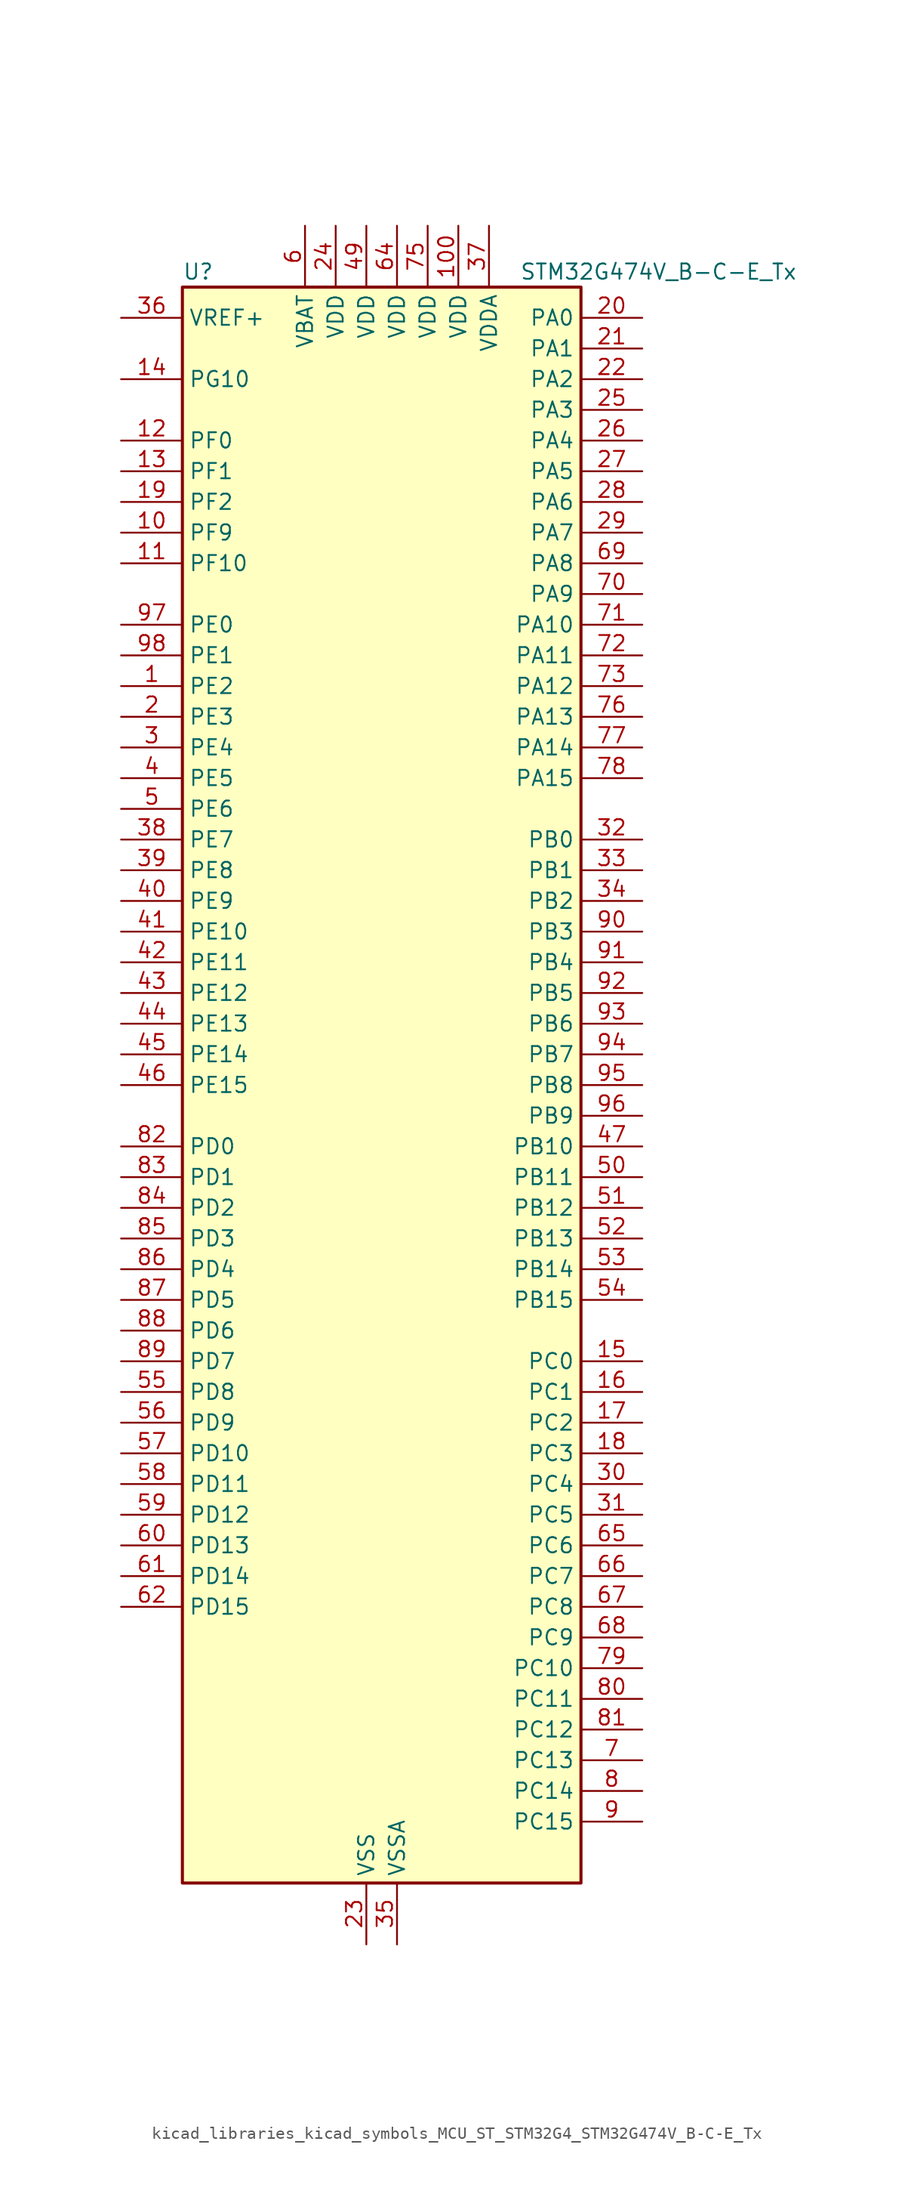
<source format=kicad_sym>
(kicad_symbol_lib
  (version 20220914)
  (generator kicad_symbol_editor)
  (symbol "kicad_libraries_kicad_symbols_MCU_ST_STM32G4_STM32G474V_B-C-E_Tx"
    (property "Reference" "U"
      (at -15.24 67.31 0)
      (effects (font (size 1.27 1.27)) (justify left)))
    (property "Value" "STM32G474V_B-C-E_Tx"
      (at 12.7 67.31 0)
      (effects (font (size 1.27 1.27)) (justify left)))
    (property "ki_locked" ""
      (at 0 0 0)
      (effects (font (size 1.27 1.27))))
    (symbol "kicad_libraries_kicad_symbols_MCU_ST_STM32G4_STM32G474V_B-C-E_Tx_0_1"
      (rectangle (start -15.24 -66.04) (end 17.78 66.04) (stroke (width 0.254) (type default)) (fill (type background))))
    (symbol "kicad_libraries_kicad_symbols_MCU_ST_STM32G4_STM32G474V_B-C-E_Tx_1_1"
      (pin bidirectional line (at -20.32 33.02 0) (length 5.08) (name "PE2" (effects (font (size 1.27 1.27)))) (number "1" (effects (font (size 1.27 1.27)))) (alternate "ADC3_EXTI2" bidirectional line) (alternate "ADC4_EXTI2" bidirectional line) (alternate "ADC5_EXTI2" bidirectional line) (alternate "FMC_A23" bidirectional line) (alternate "SAI1_CK1" bidirectional line) (alternate "SAI1_MCLK_A" bidirectional line) (alternate "SPI4_SCK" bidirectional line) (alternate "SYS_TRACECLK" bidirectional line) (alternate "TIM20_CH1" bidirectional line) (alternate "TIM3_CH1" bidirectional line))
      (pin bidirectional line (at -20.32 45.72 0) (length 5.08) (name "PF9" (effects (font (size 1.27 1.27)))) (number "10" (effects (font (size 1.27 1.27)))) (alternate "DAC1_EXTI9" bidirectional line) (alternate "DAC2_EXTI9" bidirectional line) (alternate "DAC3_EXTI9" bidirectional line) (alternate "DAC4_EXTI9" bidirectional line) (alternate "FMC_A25" bidirectional line) (alternate "QUADSPI1_BK1_IO1" bidirectional line) (alternate "SAI1_FS_B" bidirectional line) (alternate "SPI2_SCK" bidirectional line) (alternate "TIM15_CH1" bidirectional line) (alternate "TIM20_BKIN" bidirectional line) (alternate "TIM5_CH4" bidirectional line))
      (pin power_in line (at 7.62 71.12 270) (length 5.08) (name "VDD" (effects (font (size 1.27 1.27)))) (number "100" (effects (font (size 1.27 1.27)))))
      (pin bidirectional line (at -20.32 43.18 0) (length 5.08) (name "PF10" (effects (font (size 1.27 1.27)))) (number "11" (effects (font (size 1.27 1.27)))) (alternate "DAC1_EXTI10" bidirectional line) (alternate "DAC2_EXTI10" bidirectional line) (alternate "DAC3_EXTI10" bidirectional line) (alternate "DAC4_EXTI10" bidirectional line) (alternate "FMC_A0" bidirectional line) (alternate "QUADSPI1_CLK" bidirectional line) (alternate "SAI1_D3" bidirectional line) (alternate "SPI2_SCK" bidirectional line) (alternate "TIM15_CH2" bidirectional line) (alternate "TIM20_BKIN2" bidirectional line))
      (pin bidirectional line (at -20.32 53.34 0) (length 5.08) (name "PF0" (effects (font (size 1.27 1.27)))) (number "12" (effects (font (size 1.27 1.27)))) (alternate "ADC1_IN10" bidirectional line) (alternate "I2C2_SDA" bidirectional line) (alternate "I2S2_WS" bidirectional line) (alternate "RCC_OSC_IN" bidirectional line) (alternate "SPI2_NSS" bidirectional line) (alternate "TIM1_CH3N" bidirectional line))
      (pin bidirectional line (at -20.32 50.8 0) (length 5.08) (name "PF1" (effects (font (size 1.27 1.27)))) (number "13" (effects (font (size 1.27 1.27)))) (alternate "ADC2_IN10" bidirectional line) (alternate "COMP3_INM" bidirectional line) (alternate "I2S2_CK" bidirectional line) (alternate "RCC_OSC_OUT" bidirectional line) (alternate "SPI2_SCK" bidirectional line))
      (pin bidirectional line (at -20.32 58.42 0) (length 5.08) (name "PG10" (effects (font (size 1.27 1.27)))) (number "14" (effects (font (size 1.27 1.27)))) (alternate "DAC1_EXTI10" bidirectional line) (alternate "DAC2_EXTI10" bidirectional line) (alternate "DAC3_EXTI10" bidirectional line) (alternate "DAC4_EXTI10" bidirectional line) (alternate "RCC_MCO" bidirectional line))
      (pin bidirectional line (at 22.86 -22.86 180) (length 5.08) (name "PC0" (effects (font (size 1.27 1.27)))) (number "15" (effects (font (size 1.27 1.27)))) (alternate "ADC1_IN6" bidirectional line) (alternate "ADC2_IN6" bidirectional line) (alternate "COMP3_INM" bidirectional line) (alternate "LPTIM1_IN1" bidirectional line) (alternate "LPUART1_RX" bidirectional line) (alternate "TIM1_CH1" bidirectional line))
      (pin bidirectional line (at 22.86 -25.4 180) (length 5.08) (name "PC1" (effects (font (size 1.27 1.27)))) (number "16" (effects (font (size 1.27 1.27)))) (alternate "ADC1_IN7" bidirectional line) (alternate "ADC2_IN7" bidirectional line) (alternate "COMP3_INP" bidirectional line) (alternate "LPTIM1_OUT" bidirectional line) (alternate "LPUART1_TX" bidirectional line) (alternate "QUADSPI1_BK2_IO0" bidirectional line) (alternate "SAI1_SD_A" bidirectional line) (alternate "TIM1_CH2" bidirectional line))
      (pin bidirectional line (at 22.86 -27.94 180) (length 5.08) (name "PC2" (effects (font (size 1.27 1.27)))) (number "17" (effects (font (size 1.27 1.27)))) (alternate "ADC1_IN8" bidirectional line) (alternate "ADC2_IN8" bidirectional line) (alternate "ADC3_EXTI2" bidirectional line) (alternate "ADC4_EXTI2" bidirectional line) (alternate "ADC5_EXTI2" bidirectional line) (alternate "COMP3_OUT" bidirectional line) (alternate "LPTIM1_IN2" bidirectional line) (alternate "QUADSPI1_BK2_IO1" bidirectional line) (alternate "TIM1_CH3" bidirectional line) (alternate "TIM20_CH2" bidirectional line))
      (pin bidirectional line (at 22.86 -30.48 180) (length 5.08) (name "PC3" (effects (font (size 1.27 1.27)))) (number "18" (effects (font (size 1.27 1.27)))) (alternate "ADC1_IN9" bidirectional line) (alternate "ADC2_IN9" bidirectional line) (alternate "ADC3_EXTI3" bidirectional line) (alternate "ADC4_EXTI3" bidirectional line) (alternate "ADC5_EXTI3" bidirectional line) (alternate "LPTIM1_ETR" bidirectional line) (alternate "OPAMP5_VINP" bidirectional line) (alternate "OPAMP5_VINP_SEC" bidirectional line) (alternate "QUADSPI1_BK2_IO2" bidirectional line) (alternate "SAI1_D1" bidirectional line) (alternate "SAI1_SD_A" bidirectional line) (alternate "TIM1_BKIN2" bidirectional line) (alternate "TIM1_CH4" bidirectional line))
      (pin bidirectional line (at -20.32 48.26 0) (length 5.08) (name "PF2" (effects (font (size 1.27 1.27)))) (number "19" (effects (font (size 1.27 1.27)))) (alternate "ADC3_EXTI2" bidirectional line) (alternate "ADC4_EXTI2" bidirectional line) (alternate "ADC5_EXTI2" bidirectional line) (alternate "FMC_A2" bidirectional line) (alternate "I2C2_SMBA" bidirectional line) (alternate "TIM20_CH3" bidirectional line))
      (pin bidirectional line (at -20.32 30.48 0) (length 5.08) (name "PE3" (effects (font (size 1.27 1.27)))) (number "2" (effects (font (size 1.27 1.27)))) (alternate "ADC3_EXTI3" bidirectional line) (alternate "ADC4_EXTI3" bidirectional line) (alternate "ADC5_EXTI3" bidirectional line) (alternate "FMC_A19" bidirectional line) (alternate "SAI1_SD_B" bidirectional line) (alternate "SPI4_NSS" bidirectional line) (alternate "SYS_TRACED0" bidirectional line) (alternate "TIM20_CH2" bidirectional line) (alternate "TIM3_CH2" bidirectional line))
      (pin bidirectional line (at 22.86 63.5 180) (length 5.08) (name "PA0" (effects (font (size 1.27 1.27)))) (number "20" (effects (font (size 1.27 1.27)))) (alternate "ADC1_IN1" bidirectional line) (alternate "ADC2_IN1" bidirectional line) (alternate "COMP1_INM" bidirectional line) (alternate "COMP1_OUT" bidirectional line) (alternate "COMP3_INP" bidirectional line) (alternate "RTC_TAMP2" bidirectional line) (alternate "SYS_WKUP1" bidirectional line) (alternate "TIM2_CH1" bidirectional line) (alternate "TIM2_ETR" bidirectional line) (alternate "TIM5_CH1" bidirectional line) (alternate "TIM8_BKIN" bidirectional line) (alternate "TIM8_ETR" bidirectional line) (alternate "USART2_CTS" bidirectional line) (alternate "USART2_NSS" bidirectional line))
      (pin bidirectional line (at 22.86 60.96 180) (length 5.08) (name "PA1" (effects (font (size 1.27 1.27)))) (number "21" (effects (font (size 1.27 1.27)))) (alternate "ADC1_IN2" bidirectional line) (alternate "ADC2_IN2" bidirectional line) (alternate "COMP1_INP" bidirectional line) (alternate "OPAMP1_VINP" bidirectional line) (alternate "OPAMP1_VINP_SEC" bidirectional line) (alternate "OPAMP3_VINP" bidirectional line) (alternate "OPAMP3_VINP_SEC" bidirectional line) (alternate "OPAMP6_VINM" bidirectional line) (alternate "OPAMP6_VINM0" bidirectional line) (alternate "OPAMP6_VINM_SEC" bidirectional line) (alternate "RTC_REFIN" bidirectional line) (alternate "TIM15_CH1N" bidirectional line) (alternate "TIM2_CH2" bidirectional line) (alternate "TIM5_CH2" bidirectional line) (alternate "USART2_DE" bidirectional line) (alternate "USART2_RTS" bidirectional line))
      (pin bidirectional line (at 22.86 58.42 180) (length 5.08) (name "PA2" (effects (font (size 1.27 1.27)))) (number "22" (effects (font (size 1.27 1.27)))) (alternate "ADC1_IN3" bidirectional line) (alternate "ADC3_EXTI2" bidirectional line) (alternate "ADC4_EXTI2" bidirectional line) (alternate "ADC5_EXTI2" bidirectional line) (alternate "COMP2_INM" bidirectional line) (alternate "COMP2_OUT" bidirectional line) (alternate "LPUART1_TX" bidirectional line) (alternate "OPAMP1_VOUT" bidirectional line) (alternate "QUADSPI1_BK1_NCS" bidirectional line) (alternate "RCC_LSCO" bidirectional line) (alternate "SYS_WKUP4" bidirectional line) (alternate "TIM15_CH1" bidirectional line) (alternate "TIM2_CH3" bidirectional line) (alternate "TIM5_CH3" bidirectional line) (alternate "UCPD1_FRSTX1" bidirectional line) (alternate "UCPD1_FRSTX2" bidirectional line) (alternate "USART2_TX" bidirectional line))
      (pin power_in line (at 0 -71.12 90) (length 5.08) (name "VSS" (effects (font (size 1.27 1.27)))) (number "23" (effects (font (size 1.27 1.27)))))
      (pin power_in line (at -2.54 71.12 270) (length 5.08) (name "VDD" (effects (font (size 1.27 1.27)))) (number "24" (effects (font (size 1.27 1.27)))))
      (pin bidirectional line (at 22.86 55.88 180) (length 5.08) (name "PA3" (effects (font (size 1.27 1.27)))) (number "25" (effects (font (size 1.27 1.27)))) (alternate "ADC1_IN4" bidirectional line) (alternate "ADC3_EXTI3" bidirectional line) (alternate "ADC4_EXTI3" bidirectional line) (alternate "ADC5_EXTI3" bidirectional line) (alternate "COMP2_INP" bidirectional line) (alternate "LPUART1_RX" bidirectional line) (alternate "OPAMP1_VINM" bidirectional line) (alternate "OPAMP1_VINM0" bidirectional line) (alternate "OPAMP1_VINM_SEC" bidirectional line) (alternate "OPAMP1_VINP" bidirectional line) (alternate "OPAMP1_VINP_SEC" bidirectional line) (alternate "OPAMP5_VINM" bidirectional line) (alternate "OPAMP5_VINM1" bidirectional line) (alternate "OPAMP5_VINM_SEC" bidirectional line) (alternate "QUADSPI1_CLK" bidirectional line) (alternate "SAI1_CK1" bidirectional line) (alternate "SAI1_MCLK_A" bidirectional line) (alternate "TIM15_CH2" bidirectional line) (alternate "TIM2_CH4" bidirectional line) (alternate "TIM5_CH4" bidirectional line) (alternate "USART2_RX" bidirectional line))
      (pin bidirectional line (at 22.86 53.34 180) (length 5.08) (name "PA4" (effects (font (size 1.27 1.27)))) (number "26" (effects (font (size 1.27 1.27)))) (alternate "ADC2_IN17" bidirectional line) (alternate "COMP1_INM" bidirectional line) (alternate "DAC1_OUT1" bidirectional line) (alternate "I2S3_WS" bidirectional line) (alternate "SAI1_FS_B" bidirectional line) (alternate "SPI1_NSS" bidirectional line) (alternate "SPI3_NSS" bidirectional line) (alternate "TIM3_CH2" bidirectional line) (alternate "USART2_CK" bidirectional line))
      (pin bidirectional line (at 22.86 50.8 180) (length 5.08) (name "PA5" (effects (font (size 1.27 1.27)))) (number "27" (effects (font (size 1.27 1.27)))) (alternate "ADC2_IN13" bidirectional line) (alternate "COMP2_INM" bidirectional line) (alternate "DAC1_OUT2" bidirectional line) (alternate "OPAMP2_VINM" bidirectional line) (alternate "OPAMP2_VINM0" bidirectional line) (alternate "OPAMP2_VINM_SEC" bidirectional line) (alternate "SPI1_SCK" bidirectional line) (alternate "TIM2_CH1" bidirectional line) (alternate "TIM2_ETR" bidirectional line) (alternate "UCPD1_FRSTX1" bidirectional line) (alternate "UCPD1_FRSTX2" bidirectional line))
      (pin bidirectional line (at 22.86 48.26 180) (length 5.08) (name "PA6" (effects (font (size 1.27 1.27)))) (number "28" (effects (font (size 1.27 1.27)))) (alternate "ADC2_IN3" bidirectional line) (alternate "COMP1_OUT" bidirectional line) (alternate "DAC2_OUT1" bidirectional line) (alternate "LPUART1_CTS" bidirectional line) (alternate "OPAMP2_VOUT" bidirectional line) (alternate "QUADSPI1_BK1_IO3" bidirectional line) (alternate "SPI1_MISO" bidirectional line) (alternate "TIM16_CH1" bidirectional line) (alternate "TIM1_BKIN" bidirectional line) (alternate "TIM3_CH1" bidirectional line) (alternate "TIM8_BKIN" bidirectional line))
      (pin bidirectional line (at 22.86 45.72 180) (length 5.08) (name "PA7" (effects (font (size 1.27 1.27)))) (number "29" (effects (font (size 1.27 1.27)))) (alternate "ADC2_IN4" bidirectional line) (alternate "COMP2_INP" bidirectional line) (alternate "COMP2_OUT" bidirectional line) (alternate "OPAMP1_VINP" bidirectional line) (alternate "OPAMP1_VINP_SEC" bidirectional line) (alternate "OPAMP2_VINP" bidirectional line) (alternate "OPAMP2_VINP_SEC" bidirectional line) (alternate "QUADSPI1_BK1_IO2" bidirectional line) (alternate "SPI1_MOSI" bidirectional line) (alternate "TIM17_CH1" bidirectional line) (alternate "TIM1_CH1N" bidirectional line) (alternate "TIM3_CH2" bidirectional line) (alternate "TIM8_CH1N" bidirectional line) (alternate "UCPD1_FRSTX1" bidirectional line) (alternate "UCPD1_FRSTX2" bidirectional line))
      (pin bidirectional line (at -20.32 27.94 0) (length 5.08) (name "PE4" (effects (font (size 1.27 1.27)))) (number "3" (effects (font (size 1.27 1.27)))) (alternate "FMC_A20" bidirectional line) (alternate "SAI1_D2" bidirectional line) (alternate "SAI1_FS_A" bidirectional line) (alternate "SPI4_NSS" bidirectional line) (alternate "SYS_TRACED1" bidirectional line) (alternate "TIM20_CH1N" bidirectional line) (alternate "TIM3_CH3" bidirectional line))
      (pin bidirectional line (at 22.86 -33.02 180) (length 5.08) (name "PC4" (effects (font (size 1.27 1.27)))) (number "30" (effects (font (size 1.27 1.27)))) (alternate "ADC2_IN5" bidirectional line) (alternate "I2C2_SCL" bidirectional line) (alternate "QUADSPI1_BK2_IO3" bidirectional line) (alternate "TIM1_ETR" bidirectional line) (alternate "USART1_TX" bidirectional line))
      (pin bidirectional line (at 22.86 -35.56 180) (length 5.08) (name "PC5" (effects (font (size 1.27 1.27)))) (number "31" (effects (font (size 1.27 1.27)))) (alternate "ADC2_IN11" bidirectional line) (alternate "HRTIM1_EEV10" bidirectional line) (alternate "OPAMP1_VINM" bidirectional line) (alternate "OPAMP1_VINM1" bidirectional line) (alternate "OPAMP1_VINM_SEC" bidirectional line) (alternate "OPAMP2_VINM" bidirectional line) (alternate "OPAMP2_VINM1" bidirectional line) (alternate "OPAMP2_VINM_SEC" bidirectional line) (alternate "SAI1_D3" bidirectional line) (alternate "SYS_WKUP5" bidirectional line) (alternate "TIM15_BKIN" bidirectional line) (alternate "TIM1_CH4N" bidirectional line) (alternate "USART1_RX" bidirectional line))
      (pin bidirectional line (at 22.86 20.32 180) (length 5.08) (name "PB0" (effects (font (size 1.27 1.27)))) (number "32" (effects (font (size 1.27 1.27)))) (alternate "ADC1_IN15" bidirectional line) (alternate "ADC3_IN12" bidirectional line) (alternate "COMP4_INP" bidirectional line) (alternate "HRTIM1_FLT5" bidirectional line) (alternate "OPAMP2_VINP" bidirectional line) (alternate "OPAMP2_VINP_SEC" bidirectional line) (alternate "OPAMP3_VINP" bidirectional line) (alternate "OPAMP3_VINP_SEC" bidirectional line) (alternate "QUADSPI1_BK1_IO1" bidirectional line) (alternate "TIM1_CH2N" bidirectional line) (alternate "TIM3_CH3" bidirectional line) (alternate "TIM8_CH2N" bidirectional line) (alternate "UCPD1_FRSTX1" bidirectional line) (alternate "UCPD1_FRSTX2" bidirectional line))
      (pin bidirectional line (at 22.86 17.78 180) (length 5.08) (name "PB1" (effects (font (size 1.27 1.27)))) (number "33" (effects (font (size 1.27 1.27)))) (alternate "ADC1_IN12" bidirectional line) (alternate "ADC3_IN1" bidirectional line) (alternate "COMP1_INP" bidirectional line) (alternate "COMP4_OUT" bidirectional line) (alternate "HRTIM1_SCOUT" bidirectional line) (alternate "LPUART1_DE" bidirectional line) (alternate "LPUART1_RTS" bidirectional line) (alternate "OPAMP3_VOUT" bidirectional line) (alternate "OPAMP6_VINM" bidirectional line) (alternate "OPAMP6_VINM1" bidirectional line) (alternate "OPAMP6_VINM_SEC" bidirectional line) (alternate "QUADSPI1_BK1_IO0" bidirectional line) (alternate "TIM1_CH3N" bidirectional line) (alternate "TIM3_CH4" bidirectional line) (alternate "TIM8_CH3N" bidirectional line))
      (pin bidirectional line (at 22.86 15.24 180) (length 5.08) (name "PB2" (effects (font (size 1.27 1.27)))) (number "34" (effects (font (size 1.27 1.27)))) (alternate "ADC2_IN12" bidirectional line) (alternate "ADC3_EXTI2" bidirectional line) (alternate "ADC4_EXTI2" bidirectional line) (alternate "ADC5_EXTI2" bidirectional line) (alternate "COMP4_INM" bidirectional line) (alternate "HRTIM1_SCIN" bidirectional line) (alternate "I2C3_SMBA" bidirectional line) (alternate "LPTIM1_OUT" bidirectional line) (alternate "OPAMP3_VINM" bidirectional line) (alternate "OPAMP3_VINM0" bidirectional line) (alternate "OPAMP3_VINM_SEC" bidirectional line) (alternate "QUADSPI1_BK2_IO1" bidirectional line) (alternate "RTC_OUT2" bidirectional line) (alternate "TIM20_CH1" bidirectional line) (alternate "TIM5_CH1" bidirectional line))
      (pin power_in line (at 2.54 -71.12 90) (length 5.08) (name "VSSA" (effects (font (size 1.27 1.27)))) (number "35" (effects (font (size 1.27 1.27)))))
      (pin input line (at -20.32 63.5 0) (length 5.08) (name "VREF+" (effects (font (size 1.27 1.27)))) (number "36" (effects (font (size 1.27 1.27)))) (alternate "VREFBUF_OUT" bidirectional line))
      (pin power_in line (at 10.16 71.12 270) (length 5.08) (name "VDDA" (effects (font (size 1.27 1.27)))) (number "37" (effects (font (size 1.27 1.27)))))
      (pin bidirectional line (at -20.32 20.32 0) (length 5.08) (name "PE7" (effects (font (size 1.27 1.27)))) (number "38" (effects (font (size 1.27 1.27)))) (alternate "ADC3_IN4" bidirectional line) (alternate "COMP4_INP" bidirectional line) (alternate "FMC_D4" bidirectional line) (alternate "FMC_DA4" bidirectional line) (alternate "SAI1_SD_B" bidirectional line) (alternate "TIM1_ETR" bidirectional line))
      (pin bidirectional line (at -20.32 17.78 0) (length 5.08) (name "PE8" (effects (font (size 1.27 1.27)))) (number "39" (effects (font (size 1.27 1.27)))) (alternate "ADC3_IN6" bidirectional line) (alternate "ADC4_IN6" bidirectional line) (alternate "ADC5_IN6" bidirectional line) (alternate "COMP4_INM" bidirectional line) (alternate "FMC_D5" bidirectional line) (alternate "FMC_DA5" bidirectional line) (alternate "SAI1_SCK_B" bidirectional line) (alternate "TIM1_CH1N" bidirectional line) (alternate "TIM5_CH3" bidirectional line))
      (pin bidirectional line (at -20.32 25.4 0) (length 5.08) (name "PE5" (effects (font (size 1.27 1.27)))) (number "4" (effects (font (size 1.27 1.27)))) (alternate "FMC_A21" bidirectional line) (alternate "SAI1_CK2" bidirectional line) (alternate "SAI1_SCK_A" bidirectional line) (alternate "SPI4_MISO" bidirectional line) (alternate "SYS_TRACED2" bidirectional line) (alternate "TIM20_CH2N" bidirectional line) (alternate "TIM3_CH4" bidirectional line))
      (pin bidirectional line (at -20.32 15.24 0) (length 5.08) (name "PE9" (effects (font (size 1.27 1.27)))) (number "40" (effects (font (size 1.27 1.27)))) (alternate "ADC3_IN2" bidirectional line) (alternate "DAC1_EXTI9" bidirectional line) (alternate "DAC2_EXTI9" bidirectional line) (alternate "DAC3_EXTI9" bidirectional line) (alternate "DAC4_EXTI9" bidirectional line) (alternate "FMC_D6" bidirectional line) (alternate "FMC_DA6" bidirectional line) (alternate "SAI1_FS_B" bidirectional line) (alternate "TIM1_CH1" bidirectional line) (alternate "TIM5_CH4" bidirectional line))
      (pin bidirectional line (at -20.32 12.7 0) (length 5.08) (name "PE10" (effects (font (size 1.27 1.27)))) (number "41" (effects (font (size 1.27 1.27)))) (alternate "ADC3_IN14" bidirectional line) (alternate "ADC4_IN14" bidirectional line) (alternate "ADC5_IN14" bidirectional line) (alternate "DAC1_EXTI10" bidirectional line) (alternate "DAC2_EXTI10" bidirectional line) (alternate "DAC3_EXTI10" bidirectional line) (alternate "DAC4_EXTI10" bidirectional line) (alternate "FMC_D7" bidirectional line) (alternate "FMC_DA7" bidirectional line) (alternate "QUADSPI1_CLK" bidirectional line) (alternate "SAI1_MCLK_B" bidirectional line) (alternate "TIM1_CH2N" bidirectional line))
      (pin bidirectional line (at -20.32 10.16 0) (length 5.08) (name "PE11" (effects (font (size 1.27 1.27)))) (number "42" (effects (font (size 1.27 1.27)))) (alternate "ADC1_EXTI11" bidirectional line) (alternate "ADC2_EXTI11" bidirectional line) (alternate "ADC3_IN15" bidirectional line) (alternate "ADC4_IN15" bidirectional line) (alternate "ADC5_IN15" bidirectional line) (alternate "FMC_D8" bidirectional line) (alternate "FMC_DA8" bidirectional line) (alternate "QUADSPI1_BK1_NCS" bidirectional line) (alternate "SPI4_NSS" bidirectional line) (alternate "TIM1_CH2" bidirectional line))
      (pin bidirectional line (at -20.32 7.62 0) (length 5.08) (name "PE12" (effects (font (size 1.27 1.27)))) (number "43" (effects (font (size 1.27 1.27)))) (alternate "ADC3_IN16" bidirectional line) (alternate "ADC4_IN16" bidirectional line) (alternate "ADC5_IN16" bidirectional line) (alternate "FMC_D9" bidirectional line) (alternate "FMC_DA9" bidirectional line) (alternate "QUADSPI1_BK1_IO0" bidirectional line) (alternate "SPI4_SCK" bidirectional line) (alternate "TIM1_CH3N" bidirectional line))
      (pin bidirectional line (at -20.32 5.08 0) (length 5.08) (name "PE13" (effects (font (size 1.27 1.27)))) (number "44" (effects (font (size 1.27 1.27)))) (alternate "ADC3_IN3" bidirectional line) (alternate "FMC_D10" bidirectional line) (alternate "FMC_DA10" bidirectional line) (alternate "QUADSPI1_BK1_IO1" bidirectional line) (alternate "SPI4_MISO" bidirectional line) (alternate "TIM1_CH3" bidirectional line))
      (pin bidirectional line (at -20.32 2.54 0) (length 5.08) (name "PE14" (effects (font (size 1.27 1.27)))) (number "45" (effects (font (size 1.27 1.27)))) (alternate "ADC4_IN1" bidirectional line) (alternate "FMC_D11" bidirectional line) (alternate "FMC_DA11" bidirectional line) (alternate "QUADSPI1_BK1_IO2" bidirectional line) (alternate "SPI4_MOSI" bidirectional line) (alternate "TIM1_BKIN2" bidirectional line) (alternate "TIM1_CH4" bidirectional line))
      (pin bidirectional line (at -20.32 0 0) (length 5.08) (name "PE15" (effects (font (size 1.27 1.27)))) (number "46" (effects (font (size 1.27 1.27)))) (alternate "ADC1_EXTI15" bidirectional line) (alternate "ADC2_EXTI15" bidirectional line) (alternate "ADC4_IN2" bidirectional line) (alternate "FMC_D12" bidirectional line) (alternate "FMC_DA12" bidirectional line) (alternate "QUADSPI1_BK1_IO3" bidirectional line) (alternate "TIM1_BKIN" bidirectional line) (alternate "TIM1_CH4N" bidirectional line) (alternate "USART3_RX" bidirectional line))
      (pin bidirectional line (at 22.86 -5.08 180) (length 5.08) (name "PB10" (effects (font (size 1.27 1.27)))) (number "47" (effects (font (size 1.27 1.27)))) (alternate "COMP5_INM" bidirectional line) (alternate "DAC1_EXTI10" bidirectional line) (alternate "DAC2_EXTI10" bidirectional line) (alternate "DAC3_EXTI10" bidirectional line) (alternate "DAC4_EXTI10" bidirectional line) (alternate "HRTIM1_FLT3" bidirectional line) (alternate "LPUART1_RX" bidirectional line) (alternate "OPAMP3_VINM" bidirectional line) (alternate "OPAMP3_VINM1" bidirectional line) (alternate "OPAMP3_VINM_SEC" bidirectional line) (alternate "OPAMP4_VINM" bidirectional line) (alternate "OPAMP4_VINM0" bidirectional line) (alternate "OPAMP4_VINM_SEC" bidirectional line) (alternate "QUADSPI1_CLK" bidirectional line) (alternate "SAI1_SCK_A" bidirectional line) (alternate "TIM1_BKIN" bidirectional line) (alternate "TIM2_CH3" bidirectional line) (alternate "USART3_TX" bidirectional line))
      (pin passive line (at 0 -71.12 90) (length 5.08) hide (name "VSS" (effects (font (size 1.27 1.27)))) (number "48" (effects (font (size 1.27 1.27)))))
      (pin power_in line (at 0 71.12 270) (length 5.08) (name "VDD" (effects (font (size 1.27 1.27)))) (number "49" (effects (font (size 1.27 1.27)))))
      (pin bidirectional line (at -20.32 22.86 0) (length 5.08) (name "PE6" (effects (font (size 1.27 1.27)))) (number "5" (effects (font (size 1.27 1.27)))) (alternate "FMC_A22" bidirectional line) (alternate "RTC_TAMP3" bidirectional line) (alternate "SAI1_D1" bidirectional line) (alternate "SAI1_SD_A" bidirectional line) (alternate "SPI4_MOSI" bidirectional line) (alternate "SYS_TRACED3" bidirectional line) (alternate "SYS_WKUP3" bidirectional line) (alternate "TIM20_CH3N" bidirectional line))
      (pin bidirectional line (at 22.86 -7.62 180) (length 5.08) (name "PB11" (effects (font (size 1.27 1.27)))) (number "50" (effects (font (size 1.27 1.27)))) (alternate "ADC1_EXTI11" bidirectional line) (alternate "ADC1_IN14" bidirectional line) (alternate "ADC2_EXTI11" bidirectional line) (alternate "ADC2_IN14" bidirectional line) (alternate "COMP6_INP" bidirectional line) (alternate "HRTIM1_FLT4" bidirectional line) (alternate "LPUART1_TX" bidirectional line) (alternate "OPAMP4_VINP" bidirectional line) (alternate "OPAMP4_VINP_SEC" bidirectional line) (alternate "OPAMP6_VOUT" bidirectional line) (alternate "QUADSPI1_BK1_NCS" bidirectional line) (alternate "TIM2_CH4" bidirectional line) (alternate "USART3_RX" bidirectional line))
      (pin bidirectional line (at 22.86 -10.16 180) (length 5.08) (name "PB12" (effects (font (size 1.27 1.27)))) (number "51" (effects (font (size 1.27 1.27)))) (alternate "ADC1_IN11" bidirectional line) (alternate "ADC4_IN3" bidirectional line) (alternate "COMP7_INM" bidirectional line) (alternate "FDCAN2_RX" bidirectional line) (alternate "HRTIM1_CHC1" bidirectional line) (alternate "I2C2_SMBA" bidirectional line) (alternate "I2S2_WS" bidirectional line) (alternate "LPUART1_DE" bidirectional line) (alternate "LPUART1_RTS" bidirectional line) (alternate "OPAMP4_VOUT" bidirectional line) (alternate "OPAMP6_VINP" bidirectional line) (alternate "OPAMP6_VINP_SEC" bidirectional line) (alternate "SPI2_NSS" bidirectional line) (alternate "TIM1_BKIN" bidirectional line) (alternate "TIM5_ETR" bidirectional line) (alternate "USART3_CK" bidirectional line))
      (pin bidirectional line (at 22.86 -12.7 180) (length 5.08) (name "PB13" (effects (font (size 1.27 1.27)))) (number "52" (effects (font (size 1.27 1.27)))) (alternate "ADC3_IN5" bidirectional line) (alternate "COMP5_INP" bidirectional line) (alternate "FDCAN2_TX" bidirectional line) (alternate "HRTIM1_CHC2" bidirectional line) (alternate "I2S2_CK" bidirectional line) (alternate "LPUART1_CTS" bidirectional line) (alternate "OPAMP3_VINP" bidirectional line) (alternate "OPAMP3_VINP_SEC" bidirectional line) (alternate "OPAMP4_VINP" bidirectional line) (alternate "OPAMP4_VINP_SEC" bidirectional line) (alternate "OPAMP6_VINP" bidirectional line) (alternate "OPAMP6_VINP_SEC" bidirectional line) (alternate "SPI2_SCK" bidirectional line) (alternate "TIM1_CH1N" bidirectional line) (alternate "USART3_CTS" bidirectional line) (alternate "USART3_NSS" bidirectional line))
      (pin bidirectional line (at 22.86 -15.24 180) (length 5.08) (name "PB14" (effects (font (size 1.27 1.27)))) (number "53" (effects (font (size 1.27 1.27)))) (alternate "ADC1_IN5" bidirectional line) (alternate "ADC4_IN4" bidirectional line) (alternate "COMP4_OUT" bidirectional line) (alternate "COMP7_INP" bidirectional line) (alternate "HRTIM1_CHD1" bidirectional line) (alternate "OPAMP2_VINP" bidirectional line) (alternate "OPAMP2_VINP_SEC" bidirectional line) (alternate "OPAMP5_VINP" bidirectional line) (alternate "OPAMP5_VINP_SEC" bidirectional line) (alternate "SPI2_MISO" bidirectional line) (alternate "TIM15_CH1" bidirectional line) (alternate "TIM1_CH2N" bidirectional line) (alternate "USART3_DE" bidirectional line) (alternate "USART3_RTS" bidirectional line))
      (pin bidirectional line (at 22.86 -17.78 180) (length 5.08) (name "PB15" (effects (font (size 1.27 1.27)))) (number "54" (effects (font (size 1.27 1.27)))) (alternate "ADC1_EXTI15" bidirectional line) (alternate "ADC2_EXTI15" bidirectional line) (alternate "ADC2_IN15" bidirectional line) (alternate "ADC4_IN5" bidirectional line) (alternate "COMP3_OUT" bidirectional line) (alternate "COMP6_INM" bidirectional line) (alternate "HRTIM1_CHD2" bidirectional line) (alternate "I2S2_SD" bidirectional line) (alternate "OPAMP5_VINM" bidirectional line) (alternate "OPAMP5_VINM0" bidirectional line) (alternate "OPAMP5_VINM_SEC" bidirectional line) (alternate "RTC_REFIN" bidirectional line) (alternate "SPI2_MOSI" bidirectional line) (alternate "TIM15_CH1N" bidirectional line) (alternate "TIM15_CH2" bidirectional line) (alternate "TIM1_CH3N" bidirectional line))
      (pin bidirectional line (at -20.32 -25.4 0) (length 5.08) (name "PD8" (effects (font (size 1.27 1.27)))) (number "55" (effects (font (size 1.27 1.27)))) (alternate "ADC4_IN12" bidirectional line) (alternate "ADC5_IN12" bidirectional line) (alternate "FMC_D13" bidirectional line) (alternate "FMC_DA13" bidirectional line) (alternate "OPAMP4_VINM" bidirectional line) (alternate "OPAMP4_VINM1" bidirectional line) (alternate "OPAMP4_VINM_SEC" bidirectional line) (alternate "USART3_TX" bidirectional line))
      (pin bidirectional line (at -20.32 -27.94 0) (length 5.08) (name "PD9" (effects (font (size 1.27 1.27)))) (number "56" (effects (font (size 1.27 1.27)))) (alternate "ADC4_IN13" bidirectional line) (alternate "ADC5_IN13" bidirectional line) (alternate "DAC1_EXTI9" bidirectional line) (alternate "DAC2_EXTI9" bidirectional line) (alternate "DAC3_EXTI9" bidirectional line) (alternate "DAC4_EXTI9" bidirectional line) (alternate "FMC_D14" bidirectional line) (alternate "FMC_DA14" bidirectional line) (alternate "OPAMP6_VINP" bidirectional line) (alternate "OPAMP6_VINP_SEC" bidirectional line) (alternate "USART3_RX" bidirectional line))
      (pin bidirectional line (at -20.32 -30.48 0) (length 5.08) (name "PD10" (effects (font (size 1.27 1.27)))) (number "57" (effects (font (size 1.27 1.27)))) (alternate "ADC3_IN7" bidirectional line) (alternate "ADC4_IN7" bidirectional line) (alternate "ADC5_IN7" bidirectional line) (alternate "COMP6_INM" bidirectional line) (alternate "DAC1_EXTI10" bidirectional line) (alternate "DAC2_EXTI10" bidirectional line) (alternate "DAC3_EXTI10" bidirectional line) (alternate "DAC4_EXTI10" bidirectional line) (alternate "FMC_D15" bidirectional line) (alternate "FMC_DA15" bidirectional line) (alternate "USART3_CK" bidirectional line))
      (pin bidirectional line (at -20.32 -33.02 0) (length 5.08) (name "PD11" (effects (font (size 1.27 1.27)))) (number "58" (effects (font (size 1.27 1.27)))) (alternate "ADC1_EXTI11" bidirectional line) (alternate "ADC2_EXTI11" bidirectional line) (alternate "ADC3_IN8" bidirectional line) (alternate "ADC4_IN8" bidirectional line) (alternate "ADC5_IN8" bidirectional line) (alternate "COMP6_INP" bidirectional line) (alternate "FMC_A16" bidirectional line) (alternate "FMC_CLE" bidirectional line) (alternate "I2C4_SMBA" bidirectional line) (alternate "OPAMP4_VINP" bidirectional line) (alternate "OPAMP4_VINP_SEC" bidirectional line) (alternate "TIM5_ETR" bidirectional line) (alternate "USART3_CTS" bidirectional line) (alternate "USART3_NSS" bidirectional line))
      (pin bidirectional line (at -20.32 -35.56 0) (length 5.08) (name "PD12" (effects (font (size 1.27 1.27)))) (number "59" (effects (font (size 1.27 1.27)))) (alternate "ADC3_IN9" bidirectional line) (alternate "ADC4_IN9" bidirectional line) (alternate "ADC5_IN9" bidirectional line) (alternate "COMP5_INP" bidirectional line) (alternate "FMC_A17" bidirectional line) (alternate "FMC_ALE" bidirectional line) (alternate "OPAMP5_VINP" bidirectional line) (alternate "OPAMP5_VINP_SEC" bidirectional line) (alternate "TIM4_CH1" bidirectional line) (alternate "USART3_DE" bidirectional line) (alternate "USART3_RTS" bidirectional line))
      (pin power_in line (at -5.08 71.12 270) (length 5.08) (name "VBAT" (effects (font (size 1.27 1.27)))) (number "6" (effects (font (size 1.27 1.27)))))
      (pin bidirectional line (at -20.32 -38.1 0) (length 5.08) (name "PD13" (effects (font (size 1.27 1.27)))) (number "60" (effects (font (size 1.27 1.27)))) (alternate "ADC3_IN10" bidirectional line) (alternate "ADC4_IN10" bidirectional line) (alternate "ADC5_IN10" bidirectional line) (alternate "COMP5_INM" bidirectional line) (alternate "FMC_A18" bidirectional line) (alternate "TIM4_CH2" bidirectional line))
      (pin bidirectional line (at -20.32 -40.64 0) (length 5.08) (name "PD14" (effects (font (size 1.27 1.27)))) (number "61" (effects (font (size 1.27 1.27)))) (alternate "ADC3_IN11" bidirectional line) (alternate "ADC4_IN11" bidirectional line) (alternate "ADC5_IN11" bidirectional line) (alternate "COMP7_INP" bidirectional line) (alternate "FMC_D0" bidirectional line) (alternate "FMC_DA0" bidirectional line) (alternate "OPAMP2_VINP" bidirectional line) (alternate "OPAMP2_VINP_SEC" bidirectional line) (alternate "TIM4_CH3" bidirectional line))
      (pin bidirectional line (at -20.32 -43.18 0) (length 5.08) (name "PD15" (effects (font (size 1.27 1.27)))) (number "62" (effects (font (size 1.27 1.27)))) (alternate "ADC1_EXTI15" bidirectional line) (alternate "ADC2_EXTI15" bidirectional line) (alternate "COMP7_INM" bidirectional line) (alternate "FMC_D1" bidirectional line) (alternate "FMC_DA1" bidirectional line) (alternate "SPI2_NSS" bidirectional line) (alternate "TIM4_CH4" bidirectional line))
      (pin passive line (at 0 -71.12 90) (length 5.08) hide (name "VSS" (effects (font (size 1.27 1.27)))) (number "63" (effects (font (size 1.27 1.27)))))
      (pin power_in line (at 2.54 71.12 270) (length 5.08) (name "VDD" (effects (font (size 1.27 1.27)))) (number "64" (effects (font (size 1.27 1.27)))))
      (pin bidirectional line (at 22.86 -38.1 180) (length 5.08) (name "PC6" (effects (font (size 1.27 1.27)))) (number "65" (effects (font (size 1.27 1.27)))) (alternate "COMP6_OUT" bidirectional line) (alternate "HRTIM1_CHF1" bidirectional line) (alternate "HRTIM1_EEV10" bidirectional line) (alternate "I2C4_SCL" bidirectional line) (alternate "I2S2_MCK" bidirectional line) (alternate "TIM3_CH1" bidirectional line) (alternate "TIM8_CH1" bidirectional line))
      (pin bidirectional line (at 22.86 -40.64 180) (length 5.08) (name "PC7" (effects (font (size 1.27 1.27)))) (number "66" (effects (font (size 1.27 1.27)))) (alternate "COMP5_OUT" bidirectional line) (alternate "HRTIM1_CHF2" bidirectional line) (alternate "HRTIM1_FLT5" bidirectional line) (alternate "I2C4_SDA" bidirectional line) (alternate "I2S3_MCK" bidirectional line) (alternate "TIM3_CH2" bidirectional line) (alternate "TIM8_CH2" bidirectional line))
      (pin bidirectional line (at 22.86 -43.18 180) (length 5.08) (name "PC8" (effects (font (size 1.27 1.27)))) (number "67" (effects (font (size 1.27 1.27)))) (alternate "COMP7_OUT" bidirectional line) (alternate "HRTIM1_CHE1" bidirectional line) (alternate "I2C3_SCL" bidirectional line) (alternate "TIM20_CH3" bidirectional line) (alternate "TIM3_CH3" bidirectional line) (alternate "TIM8_CH3" bidirectional line))
      (pin bidirectional line (at 22.86 -45.72 180) (length 5.08) (name "PC9" (effects (font (size 1.27 1.27)))) (number "68" (effects (font (size 1.27 1.27)))) (alternate "DAC1_EXTI9" bidirectional line) (alternate "DAC2_EXTI9" bidirectional line) (alternate "DAC3_EXTI9" bidirectional line) (alternate "DAC4_EXTI9" bidirectional line) (alternate "HRTIM1_CHE2" bidirectional line) (alternate "I2C3_SDA" bidirectional line) (alternate "I2S_CKIN" bidirectional line) (alternate "TIM3_CH4" bidirectional line) (alternate "TIM8_BKIN2" bidirectional line) (alternate "TIM8_CH4" bidirectional line))
      (pin bidirectional line (at 22.86 43.18 180) (length 5.08) (name "PA8" (effects (font (size 1.27 1.27)))) (number "69" (effects (font (size 1.27 1.27)))) (alternate "ADC5_IN1" bidirectional line) (alternate "COMP7_OUT" bidirectional line) (alternate "FDCAN3_RX" bidirectional line) (alternate "HRTIM1_CHA1" bidirectional line) (alternate "I2C2_SDA" bidirectional line) (alternate "I2C3_SCL" bidirectional line) (alternate "I2S2_MCK" bidirectional line) (alternate "OPAMP5_VOUT" bidirectional line) (alternate "RCC_MCO" bidirectional line) (alternate "SAI1_CK2" bidirectional line) (alternate "SAI1_SCK_A" bidirectional line) (alternate "TIM1_CH1" bidirectional line) (alternate "TIM4_ETR" bidirectional line) (alternate "USART1_CK" bidirectional line))
      (pin bidirectional line (at 22.86 -55.88 180) (length 5.08) (name "PC13" (effects (font (size 1.27 1.27)))) (number "7" (effects (font (size 1.27 1.27)))) (alternate "RTC_OUT1" bidirectional line) (alternate "RTC_TAMP1" bidirectional line) (alternate "RTC_TS" bidirectional line) (alternate "SYS_WKUP2" bidirectional line) (alternate "TIM1_BKIN" bidirectional line) (alternate "TIM1_CH1N" bidirectional line) (alternate "TIM8_CH4N" bidirectional line))
      (pin bidirectional line (at 22.86 40.64 180) (length 5.08) (name "PA9" (effects (font (size 1.27 1.27)))) (number "70" (effects (font (size 1.27 1.27)))) (alternate "ADC5_IN2" bidirectional line) (alternate "COMP5_OUT" bidirectional line) (alternate "DAC1_EXTI9" bidirectional line) (alternate "DAC2_EXTI9" bidirectional line) (alternate "DAC3_EXTI9" bidirectional line) (alternate "DAC4_EXTI9" bidirectional line) (alternate "HRTIM1_CHA2" bidirectional line) (alternate "I2C2_SCL" bidirectional line) (alternate "I2C3_SMBA" bidirectional line) (alternate "I2S3_MCK" bidirectional line) (alternate "SAI1_FS_A" bidirectional line) (alternate "TIM15_BKIN" bidirectional line) (alternate "TIM1_CH2" bidirectional line) (alternate "TIM2_CH3" bidirectional line) (alternate "UCPD1_DBCC1" bidirectional line) (alternate "USART1_TX" bidirectional line))
      (pin bidirectional line (at 22.86 38.1 180) (length 5.08) (name "PA10" (effects (font (size 1.27 1.27)))) (number "71" (effects (font (size 1.27 1.27)))) (alternate "COMP6_OUT" bidirectional line) (alternate "CRS_SYNC" bidirectional line) (alternate "DAC1_EXTI10" bidirectional line) (alternate "DAC2_EXTI10" bidirectional line) (alternate "DAC3_EXTI10" bidirectional line) (alternate "DAC4_EXTI10" bidirectional line) (alternate "HRTIM1_CHB1" bidirectional line) (alternate "I2C2_SMBA" bidirectional line) (alternate "SAI1_D1" bidirectional line) (alternate "SAI1_SD_A" bidirectional line) (alternate "SPI2_MISO" bidirectional line) (alternate "TIM17_BKIN" bidirectional line) (alternate "TIM1_CH3" bidirectional line) (alternate "TIM2_CH4" bidirectional line) (alternate "TIM8_BKIN" bidirectional line) (alternate "UCPD1_DBCC2" bidirectional line) (alternate "USART1_RX" bidirectional line))
      (pin bidirectional line (at 22.86 35.56 180) (length 5.08) (name "PA11" (effects (font (size 1.27 1.27)))) (number "72" (effects (font (size 1.27 1.27)))) (alternate "ADC1_EXTI11" bidirectional line) (alternate "ADC2_EXTI11" bidirectional line) (alternate "COMP1_OUT" bidirectional line) (alternate "FDCAN1_RX" bidirectional line) (alternate "HRTIM1_CHB2" bidirectional line) (alternate "I2S2_SD" bidirectional line) (alternate "SPI2_MOSI" bidirectional line) (alternate "TIM1_BKIN2" bidirectional line) (alternate "TIM1_CH1N" bidirectional line) (alternate "TIM1_CH4" bidirectional line) (alternate "TIM4_CH1" bidirectional line) (alternate "USART1_CTS" bidirectional line) (alternate "USART1_NSS" bidirectional line) (alternate "USB_DM" bidirectional line))
      (pin bidirectional line (at 22.86 33.02 180) (length 5.08) (name "PA12" (effects (font (size 1.27 1.27)))) (number "73" (effects (font (size 1.27 1.27)))) (alternate "COMP2_OUT" bidirectional line) (alternate "FDCAN1_TX" bidirectional line) (alternate "HRTIM1_FLT1" bidirectional line) (alternate "I2S_CKIN" bidirectional line) (alternate "TIM16_CH1" bidirectional line) (alternate "TIM1_CH2N" bidirectional line) (alternate "TIM1_ETR" bidirectional line) (alternate "TIM4_CH2" bidirectional line) (alternate "USART1_DE" bidirectional line) (alternate "USART1_RTS" bidirectional line) (alternate "USB_DP" bidirectional line))
      (pin passive line (at 0 -71.12 90) (length 5.08) hide (name "VSS" (effects (font (size 1.27 1.27)))) (number "74" (effects (font (size 1.27 1.27)))))
      (pin power_in line (at 5.08 71.12 270) (length 5.08) (name "VDD" (effects (font (size 1.27 1.27)))) (number "75" (effects (font (size 1.27 1.27)))))
      (pin bidirectional line (at 22.86 30.48 180) (length 5.08) (name "PA13" (effects (font (size 1.27 1.27)))) (number "76" (effects (font (size 1.27 1.27)))) (alternate "I2C1_SCL" bidirectional line) (alternate "I2C4_SCL" bidirectional line) (alternate "IR_OUT" bidirectional line) (alternate "SAI1_SD_B" bidirectional line) (alternate "SYS_JTMS-SWDIO" bidirectional line) (alternate "TIM16_CH1N" bidirectional line) (alternate "TIM4_CH3" bidirectional line) (alternate "USART3_CTS" bidirectional line) (alternate "USART3_NSS" bidirectional line))
      (pin bidirectional line (at 22.86 27.94 180) (length 5.08) (name "PA14" (effects (font (size 1.27 1.27)))) (number "77" (effects (font (size 1.27 1.27)))) (alternate "I2C1_SDA" bidirectional line) (alternate "I2C4_SMBA" bidirectional line) (alternate "LPTIM1_OUT" bidirectional line) (alternate "SAI1_FS_B" bidirectional line) (alternate "SYS_JTCK-SWCLK" bidirectional line) (alternate "TIM1_BKIN" bidirectional line) (alternate "TIM8_CH2" bidirectional line) (alternate "USART2_TX" bidirectional line))
      (pin bidirectional line (at 22.86 25.4 180) (length 5.08) (name "PA15" (effects (font (size 1.27 1.27)))) (number "78" (effects (font (size 1.27 1.27)))) (alternate "ADC1_EXTI15" bidirectional line) (alternate "ADC2_EXTI15" bidirectional line) (alternate "FDCAN3_TX" bidirectional line) (alternate "HRTIM1_FLT2" bidirectional line) (alternate "I2C1_SCL" bidirectional line) (alternate "I2S3_WS" bidirectional line) (alternate "SPI1_NSS" bidirectional line) (alternate "SPI3_NSS" bidirectional line) (alternate "SYS_JTDI" bidirectional line) (alternate "TIM1_BKIN" bidirectional line) (alternate "TIM2_CH1" bidirectional line) (alternate "TIM2_ETR" bidirectional line) (alternate "TIM8_CH1" bidirectional line) (alternate "UART4_DE" bidirectional line) (alternate "UART4_RTS" bidirectional line) (alternate "USART2_RX" bidirectional line))
      (pin bidirectional line (at 22.86 -48.26 180) (length 5.08) (name "PC10" (effects (font (size 1.27 1.27)))) (number "79" (effects (font (size 1.27 1.27)))) (alternate "DAC1_EXTI10" bidirectional line) (alternate "DAC2_EXTI10" bidirectional line) (alternate "DAC3_EXTI10" bidirectional line) (alternate "DAC4_EXTI10" bidirectional line) (alternate "HRTIM1_FLT6" bidirectional line) (alternate "I2S3_CK" bidirectional line) (alternate "SPI3_SCK" bidirectional line) (alternate "TIM8_CH1N" bidirectional line) (alternate "UART4_TX" bidirectional line) (alternate "USART3_TX" bidirectional line))
      (pin bidirectional line (at 22.86 -58.42 180) (length 5.08) (name "PC14" (effects (font (size 1.27 1.27)))) (number "8" (effects (font (size 1.27 1.27)))) (alternate "RCC_OSC32_IN" bidirectional line))
      (pin bidirectional line (at 22.86 -50.8 180) (length 5.08) (name "PC11" (effects (font (size 1.27 1.27)))) (number "80" (effects (font (size 1.27 1.27)))) (alternate "ADC1_EXTI11" bidirectional line) (alternate "ADC2_EXTI11" bidirectional line) (alternate "HRTIM1_EEV2" bidirectional line) (alternate "I2C3_SDA" bidirectional line) (alternate "SPI3_MISO" bidirectional line) (alternate "TIM8_CH2N" bidirectional line) (alternate "UART4_RX" bidirectional line) (alternate "USART3_RX" bidirectional line))
      (pin bidirectional line (at 22.86 -53.34 180) (length 5.08) (name "PC12" (effects (font (size 1.27 1.27)))) (number "81" (effects (font (size 1.27 1.27)))) (alternate "HRTIM1_EEV1" bidirectional line) (alternate "I2S3_SD" bidirectional line) (alternate "SPI3_MOSI" bidirectional line) (alternate "TIM5_CH2" bidirectional line) (alternate "TIM8_CH3N" bidirectional line) (alternate "UART5_TX" bidirectional line) (alternate "UCPD1_FRSTX1" bidirectional line) (alternate "UCPD1_FRSTX2" bidirectional line) (alternate "USART3_CK" bidirectional line))
      (pin bidirectional line (at -20.32 -5.08 0) (length 5.08) (name "PD0" (effects (font (size 1.27 1.27)))) (number "82" (effects (font (size 1.27 1.27)))) (alternate "FDCAN1_RX" bidirectional line) (alternate "FMC_D2" bidirectional line) (alternate "FMC_DA2" bidirectional line) (alternate "TIM8_CH4N" bidirectional line))
      (pin bidirectional line (at -20.32 -7.62 0) (length 5.08) (name "PD1" (effects (font (size 1.27 1.27)))) (number "83" (effects (font (size 1.27 1.27)))) (alternate "FDCAN1_TX" bidirectional line) (alternate "FMC_D3" bidirectional line) (alternate "FMC_DA3" bidirectional line) (alternate "TIM8_BKIN2" bidirectional line) (alternate "TIM8_CH4" bidirectional line))
      (pin bidirectional line (at -20.32 -10.16 0) (length 5.08) (name "PD2" (effects (font (size 1.27 1.27)))) (number "84" (effects (font (size 1.27 1.27)))) (alternate "ADC3_EXTI2" bidirectional line) (alternate "ADC4_EXTI2" bidirectional line) (alternate "ADC5_EXTI2" bidirectional line) (alternate "TIM3_ETR" bidirectional line) (alternate "TIM8_BKIN" bidirectional line) (alternate "UART5_RX" bidirectional line))
      (pin bidirectional line (at -20.32 -12.7 0) (length 5.08) (name "PD3" (effects (font (size 1.27 1.27)))) (number "85" (effects (font (size 1.27 1.27)))) (alternate "ADC3_EXTI3" bidirectional line) (alternate "ADC4_EXTI3" bidirectional line) (alternate "ADC5_EXTI3" bidirectional line) (alternate "FMC_CLK" bidirectional line) (alternate "QUADSPI1_BK2_NCS" bidirectional line) (alternate "TIM2_CH1" bidirectional line) (alternate "TIM2_ETR" bidirectional line) (alternate "USART2_CTS" bidirectional line) (alternate "USART2_NSS" bidirectional line))
      (pin bidirectional line (at -20.32 -15.24 0) (length 5.08) (name "PD4" (effects (font (size 1.27 1.27)))) (number "86" (effects (font (size 1.27 1.27)))) (alternate "FMC_NOE" bidirectional line) (alternate "QUADSPI1_BK2_IO0" bidirectional line) (alternate "TIM2_CH2" bidirectional line) (alternate "USART2_DE" bidirectional line) (alternate "USART2_RTS" bidirectional line))
      (pin bidirectional line (at -20.32 -17.78 0) (length 5.08) (name "PD5" (effects (font (size 1.27 1.27)))) (number "87" (effects (font (size 1.27 1.27)))) (alternate "FMC_NWE" bidirectional line) (alternate "QUADSPI1_BK2_IO1" bidirectional line) (alternate "USART2_TX" bidirectional line))
      (pin bidirectional line (at -20.32 -20.32 0) (length 5.08) (name "PD6" (effects (font (size 1.27 1.27)))) (number "88" (effects (font (size 1.27 1.27)))) (alternate "FMC_NWAIT" bidirectional line) (alternate "QUADSPI1_BK2_IO2" bidirectional line) (alternate "SAI1_D1" bidirectional line) (alternate "SAI1_SD_A" bidirectional line) (alternate "TIM2_CH4" bidirectional line) (alternate "USART2_RX" bidirectional line))
      (pin bidirectional line (at -20.32 -22.86 0) (length 5.08) (name "PD7" (effects (font (size 1.27 1.27)))) (number "89" (effects (font (size 1.27 1.27)))) (alternate "FMC_NCE" bidirectional line) (alternate "FMC_NE1" bidirectional line) (alternate "QUADSPI1_BK2_IO3" bidirectional line) (alternate "TIM2_CH3" bidirectional line) (alternate "USART2_CK" bidirectional line))
      (pin bidirectional line (at 22.86 -60.96 180) (length 5.08) (name "PC15" (effects (font (size 1.27 1.27)))) (number "9" (effects (font (size 1.27 1.27)))) (alternate "ADC1_EXTI15" bidirectional line) (alternate "ADC2_EXTI15" bidirectional line) (alternate "RCC_OSC32_OUT" bidirectional line))
      (pin bidirectional line (at 22.86 12.7 180) (length 5.08) (name "PB3" (effects (font (size 1.27 1.27)))) (number "90" (effects (font (size 1.27 1.27)))) (alternate "ADC3_EXTI3" bidirectional line) (alternate "ADC4_EXTI3" bidirectional line) (alternate "ADC5_EXTI3" bidirectional line) (alternate "CRS_SYNC" bidirectional line) (alternate "FDCAN3_RX" bidirectional line) (alternate "HRTIM1_EEV9" bidirectional line) (alternate "HRTIM1_SCOUT" bidirectional line) (alternate "I2S3_CK" bidirectional line) (alternate "SAI1_SCK_B" bidirectional line) (alternate "SPI1_SCK" bidirectional line) (alternate "SPI3_SCK" bidirectional line) (alternate "SYS_JTDO-SWO" bidirectional line) (alternate "TIM2_CH2" bidirectional line) (alternate "TIM3_ETR" bidirectional line) (alternate "TIM4_ETR" bidirectional line) (alternate "TIM8_CH1N" bidirectional line) (alternate "USART2_TX" bidirectional line))
      (pin bidirectional line (at 22.86 10.16 180) (length 5.08) (name "PB4" (effects (font (size 1.27 1.27)))) (number "91" (effects (font (size 1.27 1.27)))) (alternate "FDCAN3_TX" bidirectional line) (alternate "HRTIM1_EEV7" bidirectional line) (alternate "SAI1_MCLK_B" bidirectional line) (alternate "SPI1_MISO" bidirectional line) (alternate "SPI3_MISO" bidirectional line) (alternate "SYS_JTRST" bidirectional line) (alternate "TIM16_CH1" bidirectional line) (alternate "TIM17_BKIN" bidirectional line) (alternate "TIM3_CH1" bidirectional line) (alternate "TIM8_CH2N" bidirectional line) (alternate "UART5_DE" bidirectional line) (alternate "UART5_RTS" bidirectional line) (alternate "UCPD1_CC2" bidirectional line) (alternate "USART2_RX" bidirectional line))
      (pin bidirectional line (at 22.86 7.62 180) (length 5.08) (name "PB5" (effects (font (size 1.27 1.27)))) (number "92" (effects (font (size 1.27 1.27)))) (alternate "FDCAN2_RX" bidirectional line) (alternate "HRTIM1_EEV6" bidirectional line) (alternate "I2C1_SMBA" bidirectional line) (alternate "I2C3_SDA" bidirectional line) (alternate "I2S3_SD" bidirectional line) (alternate "LPTIM1_IN1" bidirectional line) (alternate "SAI1_SD_B" bidirectional line) (alternate "SPI1_MOSI" bidirectional line) (alternate "SPI3_MOSI" bidirectional line) (alternate "TIM16_BKIN" bidirectional line) (alternate "TIM17_CH1" bidirectional line) (alternate "TIM3_CH2" bidirectional line) (alternate "TIM8_CH3N" bidirectional line) (alternate "UART5_CTS" bidirectional line) (alternate "USART2_CK" bidirectional line))
      (pin bidirectional line (at 22.86 5.08 180) (length 5.08) (name "PB6" (effects (font (size 1.27 1.27)))) (number "93" (effects (font (size 1.27 1.27)))) (alternate "COMP4_OUT" bidirectional line) (alternate "FDCAN2_TX" bidirectional line) (alternate "HRTIM1_EEV4" bidirectional line) (alternate "HRTIM1_SCIN" bidirectional line) (alternate "LPTIM1_ETR" bidirectional line) (alternate "SAI1_FS_B" bidirectional line) (alternate "TIM16_CH1N" bidirectional line) (alternate "TIM4_CH1" bidirectional line) (alternate "TIM8_BKIN2" bidirectional line) (alternate "TIM8_CH1" bidirectional line) (alternate "TIM8_ETR" bidirectional line) (alternate "UCPD1_CC1" bidirectional line) (alternate "USART1_TX" bidirectional line))
      (pin bidirectional line (at 22.86 2.54 180) (length 5.08) (name "PB7" (effects (font (size 1.27 1.27)))) (number "94" (effects (font (size 1.27 1.27)))) (alternate "COMP3_OUT" bidirectional line) (alternate "FMC_NL" bidirectional line) (alternate "HRTIM1_EEV3" bidirectional line) (alternate "I2C1_SDA" bidirectional line) (alternate "I2C4_SDA" bidirectional line) (alternate "LPTIM1_IN2" bidirectional line) (alternate "SYS_PVD_IN" bidirectional line) (alternate "TIM17_CH1N" bidirectional line) (alternate "TIM3_CH4" bidirectional line) (alternate "TIM4_CH2" bidirectional line) (alternate "TIM8_BKIN" bidirectional line) (alternate "UART4_CTS" bidirectional line) (alternate "USART1_RX" bidirectional line))
      (pin bidirectional line (at 22.86 0 180) (length 5.08) (name "PB8" (effects (font (size 1.27 1.27)))) (number "95" (effects (font (size 1.27 1.27)))) (alternate "COMP1_OUT" bidirectional line) (alternate "FDCAN1_RX" bidirectional line) (alternate "HRTIM1_EEV8" bidirectional line) (alternate "I2C1_SCL" bidirectional line) (alternate "SAI1_CK1" bidirectional line) (alternate "SAI1_MCLK_A" bidirectional line) (alternate "TIM16_CH1" bidirectional line) (alternate "TIM1_BKIN" bidirectional line) (alternate "TIM4_CH3" bidirectional line) (alternate "TIM8_CH2" bidirectional line) (alternate "USART3_RX" bidirectional line))
      (pin bidirectional line (at 22.86 -2.54 180) (length 5.08) (name "PB9" (effects (font (size 1.27 1.27)))) (number "96" (effects (font (size 1.27 1.27)))) (alternate "COMP2_OUT" bidirectional line) (alternate "DAC1_EXTI9" bidirectional line) (alternate "DAC2_EXTI9" bidirectional line) (alternate "DAC3_EXTI9" bidirectional line) (alternate "DAC4_EXTI9" bidirectional line) (alternate "FDCAN1_TX" bidirectional line) (alternate "HRTIM1_EEV5" bidirectional line) (alternate "I2C1_SDA" bidirectional line) (alternate "IR_OUT" bidirectional line) (alternate "SAI1_D2" bidirectional line) (alternate "SAI1_FS_A" bidirectional line) (alternate "TIM17_CH1" bidirectional line) (alternate "TIM1_CH3N" bidirectional line) (alternate "TIM4_CH4" bidirectional line) (alternate "TIM8_CH3" bidirectional line) (alternate "USART3_TX" bidirectional line))
      (pin bidirectional line (at -20.32 38.1 0) (length 5.08) (name "PE0" (effects (font (size 1.27 1.27)))) (number "97" (effects (font (size 1.27 1.27)))) (alternate "FMC_NBL0" bidirectional line) (alternate "TIM16_CH1" bidirectional line) (alternate "TIM20_CH4N" bidirectional line) (alternate "TIM20_ETR" bidirectional line) (alternate "TIM4_ETR" bidirectional line) (alternate "USART1_TX" bidirectional line))
      (pin bidirectional line (at -20.32 35.56 0) (length 5.08) (name "PE1" (effects (font (size 1.27 1.27)))) (number "98" (effects (font (size 1.27 1.27)))) (alternate "FMC_NBL1" bidirectional line) (alternate "TIM17_CH1" bidirectional line) (alternate "TIM20_CH4" bidirectional line) (alternate "USART1_RX" bidirectional line))
      (pin passive line (at 0 -71.12 90) (length 5.08) hide (name "VSS" (effects (font (size 1.27 1.27)))) (number "99" (effects (font (size 1.27 1.27))))))))
</source>
